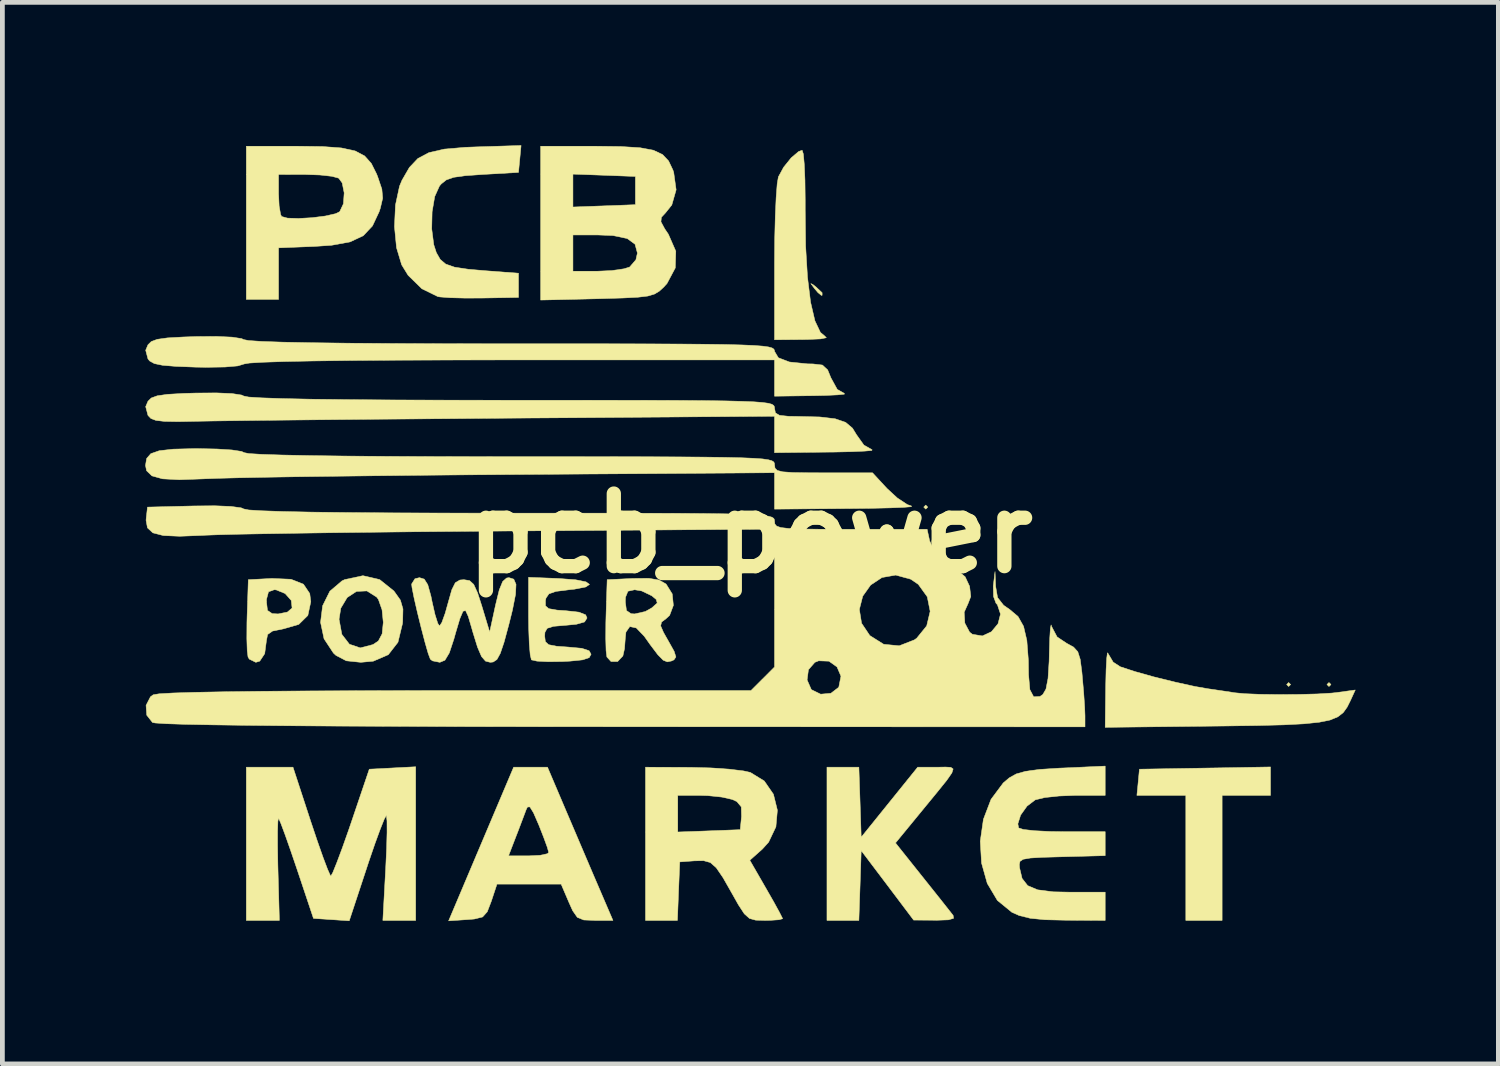
<source format=kicad_pcb>
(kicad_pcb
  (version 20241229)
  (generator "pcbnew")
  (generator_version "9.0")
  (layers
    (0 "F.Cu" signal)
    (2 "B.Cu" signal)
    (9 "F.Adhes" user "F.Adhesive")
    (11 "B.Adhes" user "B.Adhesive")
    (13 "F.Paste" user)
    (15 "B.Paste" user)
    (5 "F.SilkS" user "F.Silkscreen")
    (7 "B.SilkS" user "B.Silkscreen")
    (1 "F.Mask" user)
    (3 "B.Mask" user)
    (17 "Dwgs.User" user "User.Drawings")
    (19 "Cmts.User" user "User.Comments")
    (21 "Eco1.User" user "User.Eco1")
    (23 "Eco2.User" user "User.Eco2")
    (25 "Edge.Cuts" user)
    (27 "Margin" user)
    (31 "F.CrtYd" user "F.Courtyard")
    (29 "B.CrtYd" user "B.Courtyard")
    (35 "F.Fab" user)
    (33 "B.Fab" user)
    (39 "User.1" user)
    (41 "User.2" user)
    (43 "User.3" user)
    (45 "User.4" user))
  (footprint "pcb_power"
    (layer "F.Cu")
    (at 12.705 8.148)
    (property "Reference" "pcb_power" (at 0 0 0) (layer "F.SilkS") (effects (font (size 1.524 1.524) (thickness 0.3))))
    (attr through_hole)
    (fp_poly (pts (xy 3.725 -0.55) (xy 3.683 -0.508) (xy 3.641 -0.55) (xy 3.683 -0.593) (xy 3.725 -0.55)) (stroke (width 0.01) (type solid)) (fill yes) (layer "F.SilkS"))
    (fp_poly (pts (xy 11.345 3.175) (xy 11.303 3.217) (xy 11.261 3.175) (xy 11.303 3.133) (xy 11.345 3.175)) (stroke (width 0.01) (type solid)) (fill yes) (layer "F.SilkS"))
    (fp_poly (pts (xy 12.192 3.175) (xy 12.15 3.217) (xy 12.107 3.175) (xy 12.15 3.133) (xy 12.192 3.175)) (stroke (width 0.01) (type solid)) (fill yes) (layer "F.SilkS"))
    (fp_poly (pts (xy 1.314 -5.223) (xy 1.376 -5.175) (xy 1.507 -5.052) (xy 1.507 -4.997) (xy 1.492 -4.995) (xy 1.421 -5.053) (xy 1.344 -5.144) (xy 1.271 -5.244) (xy 1.314 -5.223)) (stroke (width 0.01) (type solid)) (fill yes) (layer "F.SilkS"))
    (fp_poly (pts (xy 10.922 5.503) (xy 9.906 5.503) (xy 9.906 8.128) (xy 9.144 8.128) (xy 9.144 5.503) (xy 8.117 5.503) (xy 8.144 5.228) (xy 8.17 4.953) (xy 9.546 4.93) (xy 10.922 4.906) (xy 10.922 5.503)) (stroke (width 0.01) (type solid)) (fill yes) (layer "F.SilkS"))
    (fp_poly (pts (xy 1.113 -7.964) (xy 1.133 -7.744) (xy 1.147 -7.414) (xy 1.152 -7.004) (xy 1.152 -6.795) (xy 1.161 -6.031) (xy 1.2 -5.379) (xy 1.265 -4.852) (xy 1.356 -4.462) (xy 1.471 -4.219) (xy 1.558 -4.146) (xy 1.596 -4.107) (xy 1.476 -4.082) (xy 1.194 -4.07) (xy 1.122 -4.069) (xy 0.508 -4.064) (xy 0.508 -5.667) (xy 0.512 -6.185) (xy 0.524 -6.657) (xy 0.542 -7.052) (xy 0.564 -7.338) (xy 0.589 -7.484) (xy 0.7 -7.688) (xy 0.857 -7.883) (xy 1.013 -8.016) (xy 1.088 -8.043) (xy 1.113 -7.964)) (stroke (width 0.01) (type solid)) (fill yes) (layer "F.SilkS"))
    (fp_poly (pts (xy 4.21 4.914) (xy 4.258 4.948) (xy 4.232 5.031) (xy 4.126 5.184) (xy 3.932 5.425) (xy 3.643 5.777) (xy 3.579 5.855) (xy 3.048 6.502) (xy 3.612 7.209) (xy 3.853 7.511) (xy 4.059 7.77) (xy 4.204 7.954) (xy 4.258 8.022) (xy 4.268 8.084) (xy 4.16 8.116) (xy 3.91 8.125) (xy 3.884 8.124) (xy 3.429 8.121) (xy 2.879 7.391) (xy 2.328 6.662) (xy 2.304 7.395) (xy 2.279 8.128) (xy 1.609 8.128) (xy 1.609 4.911) (xy 2.279 4.911) (xy 2.304 5.646) (xy 2.328 6.381) (xy 2.921 5.646) (xy 3.514 4.911) (xy 3.926 4.911) (xy 4.097 4.908) (xy 4.21 4.914)) (stroke (width 0.01) (type solid)) (fill yes) (layer "F.SilkS"))
    (fp_poly (pts (xy 7.511 2.523) (xy 7.619 2.705) (xy 7.768 2.802) (xy 8.073 2.902) (xy 8.479 3.016) (xy 8.922 3.125) (xy 9.335 3.216) (xy 9.61 3.264) (xy 9.884 3.304) (xy 10.103 3.337) (xy 10.169 3.348) (xy 10.38 3.368) (xy 10.709 3.381) (xy 11.107 3.386) (xy 11.523 3.383) (xy 11.906 3.373) (xy 12.206 3.355) (xy 12.299 3.345) (xy 12.702 3.29) (xy 12.603 3.507) (xy 12.531 3.651) (xy 12.449 3.765) (xy 12.336 3.853) (xy 12.174 3.92) (xy 11.944 3.967) (xy 11.625 4) (xy 11.2 4.022) (xy 10.649 4.036) (xy 9.952 4.046) (xy 9.758 4.048) (xy 7.451 4.074) (xy 7.462 3.201) (xy 7.47 2.865) (xy 7.483 2.625) (xy 7.498 2.509) (xy 7.511 2.523)) (stroke (width 0.01) (type solid)) (fill yes) (layer "F.SilkS"))
    (fp_poly (pts (xy -9.645 0.965) (xy -9.383 1.069) (xy -9.251 1.265) (xy -9.229 1.436) (xy -9.291 1.725) (xy -9.482 1.913) (xy -9.803 2.006) (xy -10.032 2.052) (xy -10.136 2.125) (xy -10.16 2.248) (xy -10.197 2.527) (xy -10.301 2.684) (xy -10.383 2.709) (xy -10.52 2.642) (xy -10.547 2.597) (xy -10.564 2.465) (xy -10.572 2.211) (xy -10.57 1.879) (xy -10.566 1.729) (xy -10.556 1.439) (xy -10.16 1.439) (xy -10.139 1.619) (xy -10.04 1.686) (xy -9.915 1.693) (xy -9.72 1.654) (xy -9.622 1.569) (xy -9.639 1.41) (xy -9.768 1.265) (xy -9.956 1.188) (xy -9.997 1.185) (xy -10.117 1.228) (xy -10.159 1.384) (xy -10.16 1.439) (xy -10.556 1.439) (xy -10.541 0.974) (xy -10.045 0.948) (xy -9.645 0.965)) (stroke (width 0.01) (type solid)) (fill yes) (layer "F.SilkS"))
    (fp_poly (pts (xy -7.783 0.972) (xy -7.483 1.212) (xy -7.482 1.214) (xy -7.348 1.402) (xy -7.294 1.589) (xy -7.3 1.853) (xy -7.304 1.896) (xy -7.399 2.288) (xy -7.602 2.549) (xy -7.917 2.685) (xy -8.179 2.709) (xy -8.484 2.677) (xy -8.7 2.564) (xy -8.754 2.514) (xy -8.951 2.215) (xy -9.024 1.87) (xy -9.016 1.804) (xy -8.636 1.804) (xy -8.577 2.123) (xy -8.418 2.329) (xy -8.19 2.406) (xy -7.923 2.336) (xy -7.811 2.262) (xy -7.731 2.111) (xy -7.707 1.87) (xy -7.733 1.606) (xy -7.809 1.39) (xy -7.845 1.34) (xy -8.051 1.21) (xy -8.27 1.22) (xy -8.465 1.348) (xy -8.599 1.572) (xy -8.636 1.804) (xy -9.016 1.804) (xy -8.981 1.522) (xy -8.829 1.216) (xy -8.574 0.999) (xy -8.517 0.972) (xy -8.134 0.89) (xy -7.783 0.972)) (stroke (width 0.01) (type solid)) (fill yes) (layer "F.SilkS"))
    (fp_poly (pts (xy -3.872 5.821) (xy -3.678 6.275) (xy -3.471 6.761) (xy -3.281 7.206) (xy -3.185 7.429) (xy -2.885 8.128) (xy -3.266 8.128) (xy -3.498 8.119) (xy -3.633 8.064) (xy -3.731 7.923) (xy -3.81 7.747) (xy -3.973 7.366) (xy -5.32 7.366) (xy -5.439 7.726) (xy -5.524 7.947) (xy -5.622 8.056) (xy -5.796 8.099) (xy -5.947 8.111) (xy -6.335 8.137) (xy -5.758 6.773) (xy -5.078 6.773) (xy -4.655 6.773) (xy -4.414 6.761) (xy -4.262 6.728) (xy -4.233 6.703) (xy -4.263 6.593) (xy -4.342 6.377) (xy -4.438 6.132) (xy -4.553 5.868) (xy -4.628 5.746) (xy -4.679 5.746) (xy -4.706 5.8) (xy -4.773 5.978) (xy -4.871 6.237) (xy -4.923 6.371) (xy -5.078 6.773) (xy -5.758 6.773) (xy -4.97 4.911) (xy -4.259 4.911) (xy -3.872 5.821)) (stroke (width 0.01) (type solid)) (fill yes) (layer "F.SilkS"))
    (fp_poly (pts (xy -4.841 -7.86) (xy -4.868 -7.578) (xy -5.617 -7.535) (xy -5.987 -7.509) (xy -6.229 -7.475) (xy -6.383 -7.421) (xy -6.489 -7.337) (xy -6.527 -7.293) (xy -6.627 -7.072) (xy -6.682 -6.75) (xy -6.69 -6.392) (xy -6.647 -6.06) (xy -6.593 -5.893) (xy -6.511 -5.75) (xy -6.396 -5.653) (xy -6.214 -5.589) (xy -5.93 -5.545) (xy -5.546 -5.512) (xy -4.868 -5.461) (xy -4.868 -4.953) (xy -5.63 -4.94) (xy -5.992 -4.939) (xy -6.304 -4.947) (xy -6.516 -4.963) (xy -6.562 -4.971) (xy -6.897 -5.135) (xy -7.186 -5.418) (xy -7.321 -5.637) (xy -7.429 -5.997) (xy -7.472 -6.439) (xy -7.451 -6.893) (xy -7.366 -7.289) (xy -7.314 -7.414) (xy -7.159 -7.682) (xy -6.981 -7.87) (xy -6.749 -7.993) (xy -6.427 -8.067) (xy -5.985 -8.105) (xy -5.745 -8.114) (xy -4.814 -8.143) (xy -4.841 -7.86)) (stroke (width 0.01) (type solid)) (fill yes) (layer "F.SilkS"))
    (fp_poly (pts (xy -8.981 -8.121) (xy -8.583 -8.091) (xy -8.298 -8.029) (xy -8.099 -7.924) (xy -7.958 -7.766) (xy -7.847 -7.544) (xy -7.824 -7.485) (xy -7.737 -7.227) (xy -7.72 -7.036) (xy -7.769 -6.827) (xy -7.795 -6.75) (xy -7.934 -6.454) (xy -8.127 -6.249) (xy -8.403 -6.119) (xy -8.793 -6.048) (xy -9.15 -6.024) (xy -9.906 -5.994) (xy -9.906 -4.911) (xy -10.583 -4.911) (xy -10.583 -7.126) (xy -9.906 -7.126) (xy -9.894 -6.873) (xy -9.863 -6.695) (xy -9.842 -6.652) (xy -9.719 -6.618) (xy -9.487 -6.611) (xy -9.203 -6.627) (xy -8.925 -6.662) (xy -8.709 -6.711) (xy -8.622 -6.753) (xy -8.544 -6.92) (xy -8.528 -7.148) (xy -8.57 -7.357) (xy -8.643 -7.457) (xy -8.785 -7.496) (xy -9.04 -7.524) (xy -9.335 -7.534) (xy -9.906 -7.535) (xy -9.906 -7.126) (xy -10.583 -7.126) (xy -10.583 -8.128) (xy -9.521 -8.128) (xy -8.981 -8.121)) (stroke (width 0.01) (type solid)) (fill yes) (layer "F.SilkS"))
    (fp_poly (pts (xy -7.027 8.128) (xy -7.716 8.128) (xy -7.656 7.027) (xy -7.637 6.618) (xy -7.628 6.278) (xy -7.629 6.038) (xy -7.641 5.93) (xy -7.645 5.927) (xy -7.687 6.002) (xy -7.77 6.21) (xy -7.884 6.521) (xy -8.016 6.906) (xy -8.057 7.031) (xy -8.422 8.136) (xy -9.173 8.086) (xy -9.518 7.054) (xy -9.651 6.664) (xy -9.767 6.334) (xy -9.855 6.098) (xy -9.903 5.986) (xy -9.906 5.982) (xy -9.92 6.045) (xy -9.927 6.248) (xy -9.927 6.56) (xy -9.921 6.951) (xy -9.919 7.034) (xy -9.889 8.128) (xy -10.583 8.128) (xy -10.583 4.911) (xy -9.603 4.911) (xy -9.229 6.054) (xy -9.092 6.462) (xy -8.971 6.806) (xy -8.876 7.057) (xy -8.818 7.186) (xy -8.808 7.197) (xy -8.766 7.121) (xy -8.682 6.913) (xy -8.566 6.603) (xy -8.43 6.218) (xy -8.381 6.075) (xy -8.001 4.953) (xy -7.027 4.902) (xy -7.027 8.128)) (stroke (width 0.01) (type solid)) (fill yes) (layer "F.SilkS"))
    (fp_poly (pts (xy -4.021 0.949) (xy -3.667 0.976) (xy -3.45 1.02) (xy -3.377 1.073) (xy -3.456 1.127) (xy -3.694 1.173) (xy -3.81 1.185) (xy -4.083 1.22) (xy -4.229 1.271) (xy -4.291 1.361) (xy -4.302 1.414) (xy -4.301 1.523) (xy -4.233 1.582) (xy -4.057 1.613) (xy -3.879 1.625) (xy -3.598 1.656) (xy -3.458 1.712) (xy -3.429 1.778) (xy -3.481 1.861) (xy -3.653 1.91) (xy -3.873 1.931) (xy -4.133 1.953) (xy -4.266 1.995) (xy -4.313 2.079) (xy -4.318 2.159) (xy -4.304 2.275) (xy -4.234 2.339) (xy -4.069 2.371) (xy -3.831 2.388) (xy -3.538 2.415) (xy -3.386 2.465) (xy -3.344 2.54) (xy -3.384 2.611) (xy -3.521 2.657) (xy -3.786 2.684) (xy -3.941 2.692) (xy -4.244 2.696) (xy -4.479 2.684) (xy -4.595 2.658) (xy -4.597 2.656) (xy -4.622 2.551) (xy -4.642 2.316) (xy -4.654 1.991) (xy -4.657 1.76) (xy -4.657 0.924) (xy -4.021 0.949)) (stroke (width 0.01) (type solid)) (fill yes) (layer "F.SilkS"))
    (fp_poly (pts (xy 7.451 5.503) (xy 6.82 5.503) (xy 6.48 5.516) (xy 6.182 5.548) (xy 5.989 5.595) (xy 5.982 5.597) (xy 5.809 5.729) (xy 5.675 5.917) (xy 5.617 6.101) (xy 5.634 6.187) (xy 5.734 6.219) (xy 5.965 6.245) (xy 6.291 6.261) (xy 6.567 6.265) (xy 7.451 6.265) (xy 7.451 6.768) (xy 6.54 6.792) (xy 6.14 6.803) (xy 5.879 6.818) (xy 5.729 6.844) (xy 5.662 6.888) (xy 5.648 6.957) (xy 5.653 7.023) (xy 5.706 7.247) (xy 5.824 7.398) (xy 6.033 7.486) (xy 6.362 7.528) (xy 6.702 7.535) (xy 7.451 7.535) (xy 7.451 8.128) (xy 6.625 8.124) (xy 6.188 8.114) (xy 5.876 8.083) (xy 5.644 8.025) (xy 5.491 7.957) (xy 5.187 7.708) (xy 4.975 7.351) (xy 4.855 6.924) (xy 4.828 6.464) (xy 4.894 6.005) (xy 5.054 5.586) (xy 5.31 5.242) (xy 5.436 5.135) (xy 5.582 5.053) (xy 5.781 4.997) (xy 6.07 4.958) (xy 6.486 4.931) (xy 6.558 4.928) (xy 7.451 4.888) (xy 7.451 5.503)) (stroke (width 0.01) (type solid)) (fill yes) (layer "F.SilkS"))
    (fp_poly (pts (xy -1.249 4.915) (xy -0.831 4.926) (xy -0.446 4.952) (xy -0.144 4.989) (xy 0 5.021) (xy 0.293 5.201) (xy 0.485 5.479) (xy 0.568 5.814) (xy 0.537 6.163) (xy 0.384 6.485) (xy 0.254 6.629) (xy -0.011 6.865) (xy 0.333 7.462) (xy 0.493 7.742) (xy 0.613 7.961) (xy 0.674 8.082) (xy 0.677 8.093) (xy 0.602 8.114) (xy 0.411 8.127) (xy 0.304 8.128) (xy 0.113 8.123) (xy -0.018 8.087) (xy -0.127 7.989) (xy -0.251 7.799) (xy -0.388 7.556) (xy -0.575 7.228) (xy -0.716 7.022) (xy -0.84 6.913) (xy -0.98 6.874) (xy -1.168 6.877) (xy -1.185 6.878) (xy -1.482 6.9) (xy -1.507 7.514) (xy -1.531 8.128) (xy -2.201 8.128) (xy -2.201 5.503) (xy -1.524 5.503) (xy -1.524 6.272) (xy -0.868 6.248) (xy -0.212 6.223) (xy -0.185 5.948) (xy -0.19 5.744) (xy -0.283 5.633) (xy -0.381 5.588) (xy -0.595 5.539) (xy -0.892 5.508) (xy -1.064 5.503) (xy -1.524 5.503) (xy -2.201 5.503) (xy -2.201 4.911) (xy -1.249 4.915)) (stroke (width 0.01) (type solid)) (fill yes) (layer "F.SilkS"))
    (fp_poly (pts (xy -2.715 -8.121) (xy -2.316 -8.096) (xy -2.034 -8.043) (xy -1.843 -7.953) (xy -1.716 -7.818) (xy -1.626 -7.629) (xy -1.609 -7.579) (xy -1.558 -7.213) (xy -1.649 -6.894) (xy -1.779 -6.731) (xy -1.868 -6.635) (xy -1.877 -6.541) (xy -1.798 -6.394) (xy -1.721 -6.28) (xy -1.565 -5.924) (xy -1.576 -5.572) (xy -1.75 -5.245) (xy -1.819 -5.169) (xy -1.913 -5.083) (xy -2.014 -5.023) (xy -2.152 -4.982) (xy -2.361 -4.957) (xy -2.67 -4.941) (xy -3.11 -4.928) (xy -3.219 -4.925) (xy -4.403 -4.898) (xy -4.403 -6.265) (xy -3.725 -6.265) (xy -3.725 -5.503) (xy -3.212 -5.503) (xy -2.907 -5.517) (xy -2.653 -5.554) (xy -2.534 -5.591) (xy -2.403 -5.743) (xy -2.371 -5.884) (xy -2.421 -6.07) (xy -2.586 -6.19) (xy -2.882 -6.252) (xy -3.212 -6.265) (xy -3.725 -6.265) (xy -4.403 -6.265) (xy -4.403 -6.851) (xy -3.725 -6.851) (xy -2.413 -6.9) (xy -2.413 -7.493) (xy -3.069 -7.518) (xy -3.725 -7.542) (xy -3.725 -6.851) (xy -4.403 -6.851) (xy -4.403 -8.128) (xy -3.257 -8.128) (xy -2.715 -8.121)) (stroke (width 0.01) (type solid)) (fill yes) (layer "F.SilkS"))
    (fp_poly (pts (xy -1.915 0.982) (xy -1.771 1.064) (xy -1.768 1.067) (xy -1.64 1.272) (xy -1.616 1.513) (xy -1.695 1.723) (xy -1.772 1.794) (xy -1.864 1.863) (xy -1.883 1.943) (xy -1.823 2.082) (xy -1.722 2.26) (xy -1.6 2.478) (xy -1.563 2.596) (xy -1.604 2.657) (xy -1.656 2.681) (xy -1.744 2.699) (xy -1.83 2.664) (xy -1.942 2.55) (xy -2.106 2.333) (xy -2.226 2.163) (xy -2.395 1.987) (xy -2.531 1.958) (xy -2.612 2.074) (xy -2.625 2.194) (xy -2.642 2.423) (xy -2.676 2.575) (xy -2.785 2.691) (xy -2.926 2.691) (xy -3.012 2.597) (xy -3.029 2.465) (xy -3.036 2.211) (xy -3.034 1.879) (xy -3.03 1.729) (xy -3.021 1.439) (xy -2.625 1.439) (xy -2.601 1.622) (xy -2.504 1.688) (xy -2.429 1.693) (xy -2.205 1.642) (xy -2.069 1.566) (xy -1.955 1.464) (xy -1.976 1.389) (xy -2.069 1.312) (xy -2.281 1.21) (xy -2.429 1.185) (xy -2.57 1.216) (xy -2.621 1.342) (xy -2.625 1.439) (xy -3.021 1.439) (xy -3.006 0.974) (xy -2.467 0.948) (xy -2.131 0.945) (xy -1.915 0.982)) (stroke (width 0.01) (type solid)) (fill yes) (layer "F.SilkS"))
    (fp_poly (pts (xy -4.967 0.963) (xy -4.92 1.072) (xy -4.93 1.281) (xy -4.995 1.612) (xy -5.071 1.917) (xy -5.171 2.287) (xy -5.25 2.521) (xy -5.321 2.65) (xy -5.399 2.702) (xy -5.461 2.709) (xy -5.56 2.684) (xy -5.644 2.588) (xy -5.728 2.392) (xy -5.829 2.066) (xy -5.85 1.991) (xy -5.923 1.744) (xy -5.979 1.623) (xy -6.033 1.636) (xy -6.099 1.792) (xy -6.191 2.1) (xy -6.225 2.223) (xy -6.321 2.512) (xy -6.413 2.665) (xy -6.519 2.709) (xy -6.52 2.709) (xy -6.674 2.678) (xy -6.719 2.643) (xy -6.764 2.523) (xy -6.832 2.286) (xy -6.912 1.98) (xy -6.992 1.656) (xy -7.06 1.36) (xy -7.103 1.143) (xy -7.112 1.065) (xy -7.042 0.954) (xy -6.947 0.931) (xy -6.847 0.962) (xy -6.773 1.079) (xy -6.707 1.316) (xy -6.682 1.439) (xy -6.621 1.706) (xy -6.563 1.89) (xy -6.526 1.947) (xy -6.477 1.872) (xy -6.407 1.678) (xy -6.346 1.46) (xy -6.268 1.185) (xy -6.195 1.038) (xy -6.099 0.981) (xy -6.014 0.974) (xy -5.896 0.993) (xy -5.808 1.073) (xy -5.727 1.251) (xy -5.639 1.524) (xy -5.473 2.074) (xy -5.349 1.503) (xy -5.272 1.189) (xy -5.2 1.012) (xy -5.118 0.939) (xy -5.068 0.931) (xy -4.967 0.963)) (stroke (width 0.01) (type solid)) (fill yes) (layer "F.SilkS"))
    (fp_poly (pts (xy -11.198 -1.77) (xy -10.885 -1.75) (xy -10.683 -1.719) (xy -10.626 -1.693) (xy -10.529 -1.674) (xy -10.266 -1.658) (xy -9.84 -1.644) (xy -9.253 -1.632) (xy -8.509 -1.622) (xy -7.61 -1.615) (xy -6.56 -1.611) (xy -5.36 -1.609) (xy -5.033 -1.609) (xy -3.929 -1.609) (xy -2.982 -1.608) (xy -2.181 -1.607) (xy -1.513 -1.604) (xy -0.966 -1.6) (xy -0.527 -1.594) (xy -0.186 -1.586) (xy 0.071 -1.575) (xy 0.255 -1.562) (xy 0.378 -1.544) (xy 0.453 -1.523) (xy 0.492 -1.498) (xy 0.506 -1.469) (xy 0.508 -1.439) (xy 0.518 -1.368) (xy 0.566 -1.32) (xy 0.68 -1.291) (xy 0.889 -1.276) (xy 1.219 -1.271) (xy 1.537 -1.27) (xy 2.566 -1.27) (xy 2.871 -0.94) (xy 3.086 -0.742) (xy 3.295 -0.604) (xy 3.387 -0.571) (xy 3.375 -0.558) (xy 3.216 -0.545) (xy 2.931 -0.534) (xy 2.543 -0.525) (xy 2.073 -0.52) (xy 2.053 -0.52) (xy 0.508 -0.508) (xy 0.508 -1.272) (xy -5.059 -1.234) (xy -6.042 -1.227) (xy -6.997 -1.218) (xy -7.906 -1.208) (xy -8.752 -1.198) (xy -9.518 -1.188) (xy -10.187 -1.177) (xy -10.743 -1.166) (xy -11.167 -1.155) (xy -11.444 -1.145) (xy -11.489 -1.143) (xy -11.989 -1.125) (xy -12.342 -1.144) (xy -12.565 -1.206) (xy -12.677 -1.314) (xy -12.7 -1.425) (xy -12.676 -1.571) (xy -12.588 -1.672) (xy -12.411 -1.734) (xy -12.119 -1.767) (xy -11.689 -1.778) (xy -11.587 -1.778) (xy -11.198 -1.77)) (stroke (width 0.01) (type solid)) (fill yes) (layer "F.SilkS"))
    (fp_poly (pts (xy -10.881 -4.119) (xy -10.681 -4.088) (xy -10.637 -4.067) (xy -10.533 -4.047) (xy -10.262 -4.029) (xy -9.825 -4.014) (xy -9.221 -4.002) (xy -8.449 -3.992) (xy -7.51 -3.985) (xy -6.402 -3.981) (xy -5.126 -3.979) (xy -5.021 -3.979) (xy -3.918 -3.979) (xy -2.972 -3.979) (xy -2.171 -3.977) (xy -1.504 -3.974) (xy -0.957 -3.97) (xy -0.52 -3.964) (xy -0.179 -3.955) (xy 0.077 -3.944) (xy 0.26 -3.93) (xy 0.382 -3.913) (xy 0.456 -3.892) (xy 0.494 -3.867) (xy 0.507 -3.838) (xy 0.508 -3.821) (xy 0.588 -3.686) (xy 0.822 -3.597) (xy 1.199 -3.558) (xy 1.316 -3.556) (xy 1.514 -3.533) (xy 1.624 -3.431) (xy 1.692 -3.265) (xy 1.825 -3.022) (xy 1.973 -2.938) (xy 1.975 -2.922) (xy 1.834 -2.907) (xy 1.576 -2.895) (xy 1.333 -2.89) (xy 0.508 -2.879) (xy 0.508 -3.641) (xy -5.021 -3.641) (xy -6.31 -3.639) (xy -7.431 -3.635) (xy -8.383 -3.629) (xy -9.167 -3.619) (xy -9.784 -3.607) (xy -10.234 -3.592) (xy -10.518 -3.575) (xy -10.635 -3.555) (xy -10.637 -3.553) (xy -10.762 -3.515) (xy -11.029 -3.492) (xy -11.411 -3.486) (xy -11.64 -3.489) (xy -12.059 -3.505) (xy -12.34 -3.528) (xy -12.514 -3.564) (xy -12.613 -3.619) (xy -12.648 -3.662) (xy -12.696 -3.844) (xy -12.648 -3.958) (xy -12.579 -4.026) (xy -12.454 -4.073) (xy -12.24 -4.103) (xy -11.906 -4.122) (xy -11.64 -4.131) (xy -11.21 -4.134) (xy -10.881 -4.119)) (stroke (width 0.01) (type solid)) (fill yes) (layer "F.SilkS"))
    (fp_poly (pts (xy -10.881 -2.934) (xy -10.681 -2.903) (xy -10.637 -2.882) (xy -10.533 -2.861) (xy -10.262 -2.844) (xy -9.825 -2.829) (xy -9.221 -2.816) (xy -8.449 -2.807) (xy -7.51 -2.8) (xy -6.402 -2.796) (xy -5.126 -2.794) (xy -5.021 -2.794) (xy -3.918 -2.794) (xy -2.973 -2.793) (xy -2.173 -2.792) (xy -1.506 -2.79) (xy -0.96 -2.786) (xy -0.523 -2.78) (xy -0.182 -2.771) (xy 0.074 -2.761) (xy 0.257 -2.747) (xy 0.38 -2.73) (xy 0.454 -2.709) (xy 0.492 -2.683) (xy 0.506 -2.654) (xy 0.508 -2.625) (xy 0.527 -2.528) (xy 0.612 -2.477) (xy 0.801 -2.457) (xy 0.995 -2.454) (xy 1.457 -2.443) (xy 1.781 -2.405) (xy 2 -2.33) (xy 2.145 -2.208) (xy 2.228 -2.072) (xy 2.384 -1.853) (xy 2.557 -1.754) (xy 2.551 -1.739) (xy 2.4 -1.726) (xy 2.128 -1.714) (xy 1.76 -1.706) (xy 1.63 -1.705) (xy 0.508 -1.693) (xy 0.508 -2.458) (xy -5.059 -2.418) (xy -6.046 -2.41) (xy -7.007 -2.402) (xy -7.924 -2.395) (xy -8.781 -2.387) (xy -9.56 -2.379) (xy -10.243 -2.372) (xy -10.813 -2.365) (xy -11.252 -2.359) (xy -11.544 -2.354) (xy -11.59 -2.353) (xy -12.014 -2.345) (xy -12.301 -2.35) (xy -12.481 -2.371) (xy -12.586 -2.411) (xy -12.647 -2.475) (xy -12.648 -2.477) (xy -12.696 -2.659) (xy -12.648 -2.773) (xy -12.579 -2.841) (xy -12.454 -2.887) (xy -12.24 -2.918) (xy -11.906 -2.937) (xy -11.64 -2.945) (xy -11.21 -2.948) (xy -10.881 -2.934)) (stroke (width 0.01) (type solid)) (fill yes) (layer "F.SilkS"))
    (fp_poly (pts (xy -10.904 -0.564) (xy -10.691 -0.535) (xy -10.637 -0.511) (xy -10.532 -0.49) (xy -10.26 -0.473) (xy -9.82 -0.458) (xy -9.213 -0.445) (xy -8.438 -0.436) (xy -7.494 -0.429) (xy -6.382 -0.425) (xy -5.101 -0.423) (xy -5.021 -0.423) (xy -3.918 -0.423) (xy -2.973 -0.423) (xy -2.173 -0.421) (xy -1.506 -0.419) (xy -0.96 -0.415) (xy -0.523 -0.409) (xy -0.182 -0.401) (xy 0.074 -0.39) (xy 0.257 -0.376) (xy 0.38 -0.359) (xy 0.454 -0.338) (xy 0.492 -0.313) (xy 0.506 -0.283) (xy 0.508 -0.254) (xy 0.515 -0.195) (xy 0.551 -0.152) (xy 0.638 -0.121) (xy 0.799 -0.102) (xy 1.055 -0.091) (xy 1.431 -0.086) (xy 1.947 -0.085) (xy 2.11 -0.085) (xy 3.712 -0.085) (xy 3.765 0.159) (xy 3.905 0.45) (xy 4.153 0.69) (xy 4.371 0.797) (xy 4.51 0.912) (xy 4.604 1.113) (xy 4.629 1.327) (xy 4.573 1.472) (xy 4.49 1.657) (xy 4.504 1.886) (xy 4.604 2.075) (xy 4.662 2.12) (xy 4.872 2.155) (xy 5.062 2.067) (xy 5.201 1.899) (xy 5.253 1.696) (xy 5.188 1.5) (xy 5.158 1.467) (xy 5.106 1.327) (xy 5.101 1.109) (xy 5.103 1.09) (xy 5.138 0.804) (xy 5.151 1.115) (xy 5.191 1.349) (xy 5.318 1.511) (xy 5.449 1.602) (xy 5.621 1.747) (xy 5.737 1.953) (xy 5.806 2.25) (xy 5.838 2.668) (xy 5.842 2.97) (xy 5.869 3.281) (xy 5.949 3.433) (xy 6.081 3.426) (xy 6.142 3.384) (xy 6.208 3.27) (xy 6.251 3.046) (xy 6.274 2.686) (xy 6.278 2.508) (xy 6.287 2.201) (xy 6.3 1.998) (xy 6.315 1.924) (xy 6.325 1.955) (xy 6.441 2.175) (xy 6.638 2.307) (xy 6.787 2.389) (xy 6.876 2.487) (xy 6.927 2.648) (xy 6.962 2.918) (xy 6.971 3.019) (xy 7 3.353) (xy 7.02 3.651) (xy 7.027 3.831) (xy 7.027 4.064) (xy -2.688 4.061) (xy -4.414 4.06) (xy -5.975 4.058) (xy -7.372 4.053) (xy -8.603 4.048) (xy -9.669 4.041) (xy -10.569 4.032) (xy -11.301 4.022) (xy -11.866 4.011) (xy -12.264 3.998) (xy -12.492 3.983) (xy -12.552 3.973) (xy -12.674 3.818) (xy -12.688 3.612) (xy -12.596 3.433) (xy -12.536 3.39) (xy -12.413 3.37) (xy -12.122 3.353) (xy -11.662 3.339) (xy -11.035 3.327) (xy -10.241 3.317) (xy -9.282 3.31) (xy -8.157 3.305) (xy -6.867 3.302) (xy -6.18 3.302) (xy 0.013 3.302) (xy 0.236 3.079) (xy 1.192 3.079) (xy 1.278 3.276) (xy 1.287 3.285) (xy 1.477 3.378) (xy 1.692 3.359) (xy 1.852 3.236) (xy 1.859 3.223) (xy 1.903 3) (xy 1.82 2.806) (xy 1.65 2.685) (xy 1.435 2.677) (xy 1.355 2.709) (xy 1.22 2.864) (xy 1.192 3.079) (xy 0.236 3.079) (xy 0.261 3.055) (xy 0.508 2.807) (xy 0.508 1.598) (xy 2.289 1.598) (xy 2.336 1.889) (xy 2.509 2.147) (xy 2.8 2.33) (xy 3.126 2.362) (xy 3.444 2.238) (xy 3.493 2.203) (xy 3.703 1.944) (xy 3.776 1.638) (xy 3.715 1.333) (xy 3.527 1.072) (xy 3.369 0.964) (xy 3.053 0.877) (xy 2.764 0.928) (xy 2.526 1.086) (xy 2.36 1.32) (xy 2.289 1.598) (xy 0.508 1.598) (xy 0.508 1.36) (xy 0.508 -0.087) (xy -5.059 -0.049) (xy -6.042 -0.041) (xy -6.997 -0.033) (xy -7.906 -0.023) (xy -8.752 -0.013) (xy -9.518 -0.002) (xy -10.187 0.009) (xy -10.743 0.019) (xy -11.167 0.03) (xy -11.444 0.04) (xy -11.489 0.043) (xy -11.981 0.062) (xy -12.326 0.047) (xy -12.546 -0.01) (xy -12.659 -0.115) (xy -12.688 -0.273) (xy -12.684 -0.323) (xy -12.658 -0.55) (xy -11.691 -0.574) (xy -11.245 -0.578) (xy -10.904 -0.564)) (stroke (width 0.01) (type solid)) (fill yes) (layer "F.SilkS")))
  (gr_rect
    (start -3 -3)
    (end 28.412 19.29)
    (stroke (width 0.1) (type default))
    (fill no)
    (layer "Edge.Cuts")))
</source>
